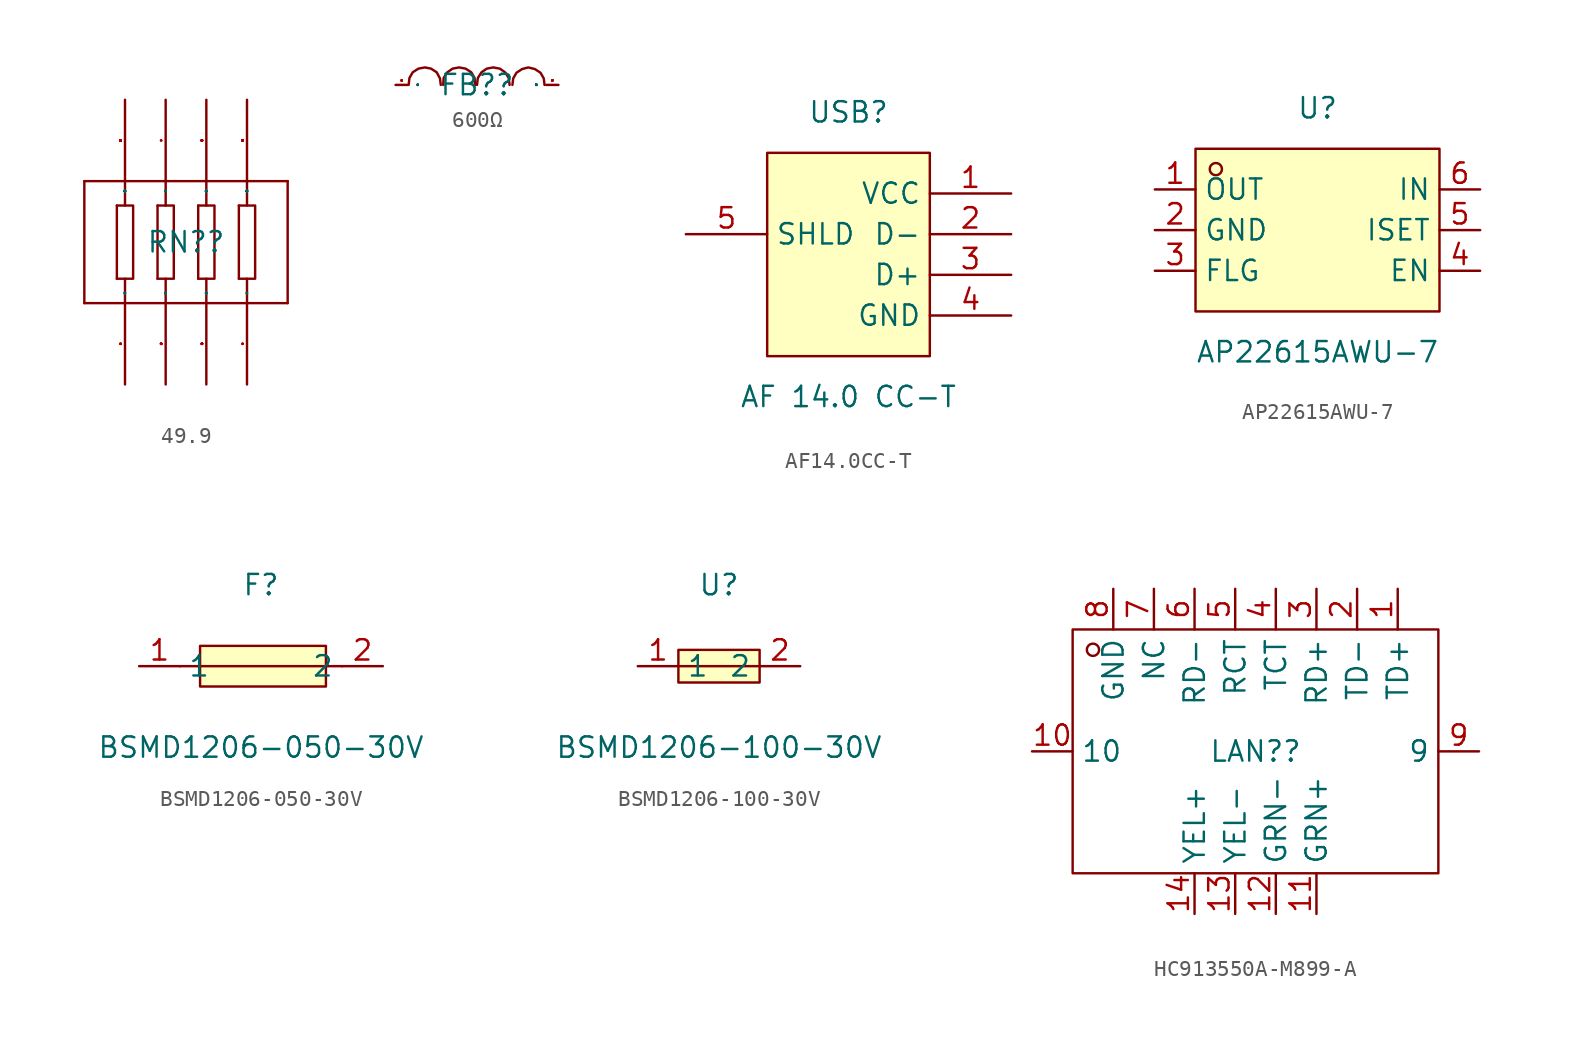
<source format=kicad_sym>
(kicad_symbol_lib
  (version 20231120)
  (generator "kicad_symbol_editor")
  (generator_version "8.0")
  (symbol "49.9"
    (property "Reference" "RN?"
      (at 0 0 0)
      (effects (font (size 1.27 1.27))))
    (property "Value" ""
      (at 0 0 0)
      (effects (font (size 1.27 1.27))))
    (symbol "49.9_1_0"
      (polyline (pts (xy -6.35 -3.81) (xy -6.35 3.81)) (stroke (width 0) (type default)) (fill (type none)))
      (polyline (pts (xy -6.35 -3.81) (xy 6.35 -3.81)) (stroke (width 0) (type default)) (fill (type none)))
      (polyline (pts (xy -6.35 3.81) (xy 6.35 3.81)) (stroke (width 0) (type default)) (fill (type none)))
      (polyline (pts (xy -4.318 -2.286) (xy -4.318 2.286)) (stroke (width 0) (type default)) (fill (type none)))
      (polyline (pts (xy -3.81 -3.81) (xy -3.81 -2.286)) (stroke (width 0) (type default)) (fill (type none)))
      (polyline (pts (xy -3.81 2.286) (xy -3.81 3.81)) (stroke (width 0) (type default)) (fill (type none)))
      (polyline (pts (xy -1.778 -2.286) (xy -1.778 2.286)) (stroke (width 0) (type default)) (fill (type none)))
      (polyline (pts (xy -1.27 -3.81) (xy -1.27 -2.286)) (stroke (width 0) (type default)) (fill (type none)))
      (polyline (pts (xy -1.27 2.286) (xy -1.27 3.81)) (stroke (width 0) (type default)) (fill (type none)))
      (polyline (pts (xy 0.762 -2.286) (xy 0.762 2.286)) (stroke (width 0) (type default)) (fill (type none)))
      (polyline (pts (xy 1.27 -3.81) (xy 1.27 -2.286)) (stroke (width 0) (type default)) (fill (type none)))
      (polyline (pts (xy 1.27 2.286) (xy 1.27 3.81)) (stroke (width 0) (type default)) (fill (type none)))
      (polyline (pts (xy 3.302 -2.286) (xy 3.302 2.286)) (stroke (width 0) (type default)) (fill (type none)))
      (polyline (pts (xy 3.81 -3.81) (xy 3.81 -2.286)) (stroke (width 0) (type default)) (fill (type none)))
      (polyline (pts (xy 3.81 2.286) (xy 3.81 3.81)) (stroke (width 0) (type default)) (fill (type none)))
      (polyline (pts (xy 6.35 -3.81) (xy 6.35 3.81)) (stroke (width 0) (type default)) (fill (type none)))
      (polyline (pts (xy -4.318 -2.286) (xy -3.302 -2.286) (xy -3.302 -2.286) (xy -3.302 2.286) (xy -3.302 2.286) (xy -4.318 2.286)) (stroke (width 0) (type default)) (fill (type none)))
      (polyline (pts (xy -1.778 -2.286) (xy -0.762 -2.286) (xy -0.762 -2.286) (xy -0.762 2.286) (xy -0.762 2.286) (xy -1.778 2.286)) (stroke (width 0) (type default)) (fill (type none)))
      (polyline (pts (xy 0.762 -2.286) (xy 1.778 -2.286) (xy 1.778 -2.286) (xy 1.778 2.286) (xy 1.778 2.286) (xy 0.762 2.286)) (stroke (width 0) (type default)) (fill (type none)))
      (polyline (pts (xy 3.302 -2.286) (xy 4.318 -2.286) (xy 4.318 -2.286) (xy 4.318 2.286) (xy 4.318 2.286) (xy 3.302 2.286)) (stroke (width 0) (type default)) (fill (type none)))
      (pin input line (at -3.81 -8.89 90) (length 5.08) (name "1" (effects (font (size 0.025 0.025)))) (number "1" (effects (font (size 0.025 0.025)))))
      (pin input line (at -1.27 -8.89 90) (length 5.08) (name "2" (effects (font (size 0.025 0.025)))) (number "2" (effects (font (size 0.025 0.025)))))
      (pin input line (at 1.27 -8.89 90) (length 5.08) (name "3" (effects (font (size 0.025 0.025)))) (number "3" (effects (font (size 0.025 0.025)))))
      (pin input line (at 3.81 -8.89 90) (length 5.08) (name "4" (effects (font (size 0.025 0.025)))) (number "4" (effects (font (size 0.025 0.025)))))
      (pin input line (at 3.81 8.89 270) (length 5.08) (name "5" (effects (font (size 0.025 0.025)))) (number "5" (effects (font (size 0.025 0.025)))))
      (pin input line (at 1.27 8.89 270) (length 5.08) (name "6" (effects (font (size 0.025 0.025)))) (number "6" (effects (font (size 0.025 0.025)))))
      (pin input line (at -1.27 8.89 270) (length 5.08) (name "7" (effects (font (size 0.025 0.025)))) (number "7" (effects (font (size 0.025 0.025)))))
      (pin input line (at -3.81 8.89 270) (length 5.08) (name "8" (effects (font (size 0.025 0.025)))) (number "8" (effects (font (size 0.025 0.025)))))))
  (symbol "600Ω"
    (property "Reference" "FB?"
      (at 0 0 0)
      (effects (font (size 1.27 1.27))))
    (property "Value" ""
      (at 0 0 0)
      (effects (font (size 1.27 1.27))))
    (symbol "600Ω_1_0"
      (polyline (pts (xy -4.267 0) (xy -4.216 0.432) (xy -4.216 0.432) (xy -4.013 0.787) (xy -4.013 0.787) (xy -3.658 1.016) (xy -3.658 1.016) (xy -3.251 1.092) (xy -3.251 1.092) (xy -2.87 1.016) (xy -2.87 1.016) (xy -2.515 0.787) (xy -2.515 0.787) (xy -2.311 0.406) (xy -2.311 0.406) (xy -2.261 0)) (stroke (width 0) (type default)) (fill (type none)))
      (polyline (pts (xy -2.108 0) (xy -2.083 0.432) (xy -2.083 0.432) (xy -1.854 0.787) (xy -1.854 0.787) (xy -1.524 1.016) (xy -1.524 1.016) (xy -1.118 1.092) (xy -1.118 1.092) (xy -0.711 1.016) (xy -0.711 1.016) (xy -0.356 0.787) (xy -0.356 0.787) (xy -0.152 0.432) (xy -0.152 0.432) (xy -0.102 0)) (stroke (width 0) (type default)) (fill (type none)))
      (polyline (pts (xy 0 0) (xy 0.051 0.432) (xy 0.051 0.432) (xy 0.279 0.787) (xy 0.279 0.787) (xy 0.61 1.016) (xy 0.61 1.016) (xy 1.016 1.092) (xy 1.016 1.092) (xy 1.422 1.016) (xy 1.422 1.016) (xy 1.753 0.787) (xy 1.753 0.787) (xy 1.981 0.432) (xy 1.981 0.432) (xy 2.032 0)) (stroke (width 0) (type default)) (fill (type none)))
      (polyline (pts (xy 2.21 0) (xy 2.261 0.406) (xy 2.261 0.406) (xy 2.464 0.762) (xy 2.464 0.762) (xy 2.819 0.991) (xy 2.819 0.991) (xy 3.2 1.092) (xy 3.2 1.092) (xy 3.607 0.991) (xy 3.607 0.991) (xy 3.962 0.762) (xy 3.962 0.762) (xy 4.166 0.406) (xy 4.166 0.406) (xy 4.216 0)) (stroke (width 0) (type default)) (fill (type none)))
      (pin unspecified line (at -5.08 0 0) (length 0.762) (name "1" (effects (font (size 0.025 0.025)))) (number "1" (effects (font (size 0.025 0.025)))))
      (pin unspecified line (at 5.08 0 180) (length 0.762) (name "2" (effects (font (size 0.025 0.025)))) (number "2" (effects (font (size 0.025 0.025)))))))
  (symbol "AF14.0CC-T"
    (property "Reference" "USB"
      (at 0 10.16 0)
      (effects (font (size 1.27 1.27))))
    (property "Value" "AF 14.0 CC-T"
      (at 0 -7.62 0)
      (effects (font (size 1.27 1.27))))
    (symbol "AF14.0CC-T_0_1"
      (rectangle (start -5.08 7.62) (end 5.08 -5.08) (stroke (width 0) (type default) (color 0 0 0 0)) (fill (type background)))
      (pin unspecified line (at -10.16 2.54 0) (length 5.08) (name "SHLD" (effects (font (size 1.27 1.27)))) (number "5" (effects (font (size 1.27 1.27)))))
      (pin input line (at 10.16 -2.54 180) (length 5.08) (name "GND" (effects (font (size 1.27 1.27)))) (number "4" (effects (font (size 1.27 1.27)))))
      (pin input line (at 10.16 -0.00 180) (length 5.08) (name "D+" (effects (font (size 1.27 1.27)))) (number "3" (effects (font (size 1.27 1.27)))))
      (pin input line (at 10.16 2.54 180) (length 5.08) (name "D-" (effects (font (size 1.27 1.27)))) (number "2" (effects (font (size 1.27 1.27)))))
      (pin input line (at 10.16 5.08 180) (length 5.08) (name "VCC" (effects (font (size 1.27 1.27)))) (number "1" (effects (font (size 1.27 1.27)))))))
  (symbol "AP22615AWU-7"
    (property "Reference" "U"
      (at 0 7.62 0)
      (effects (font (size 1.27 1.27))))
    (property "Value" "AP22615AWU-7"
      (at 0 -7.62 0)
      (effects (font (size 1.27 1.27))))
    (symbol "AP22615AWU-7_0_1"
      (rectangle (start -7.62 5.08) (end 7.62 -5.08) (stroke (width 0) (type default) (color 0 0 0 0)) (fill (type background)))
      (circle (center -6.35 3.81) (radius 0.38) (stroke (width 0) (type default) (color 0 0 0 0)) (fill (type none)))
      (pin unspecified line (at -10.16 2.54 0) (length 2.54) (name "OUT" (effects (font (size 1.27 1.27)))) (number "1" (effects (font (size 1.27 1.27)))))
      (pin unspecified line (at -10.16 -0.00 0) (length 2.54) (name "GND" (effects (font (size 1.27 1.27)))) (number "2" (effects (font (size 1.27 1.27)))))
      (pin unspecified line (at -10.16 -2.54 0) (length 2.54) (name "FLG" (effects (font (size 1.27 1.27)))) (number "3" (effects (font (size 1.27 1.27)))))
      (pin unspecified line (at 10.16 -2.54 180) (length 2.54) (name "EN" (effects (font (size 1.27 1.27)))) (number "4" (effects (font (size 1.27 1.27)))))
      (pin unspecified line (at 10.16 -0.00 180) (length 2.54) (name "ISET" (effects (font (size 1.27 1.27)))) (number "5" (effects (font (size 1.27 1.27)))))
      (pin unspecified line (at 10.16 2.54 180) (length 2.54) (name "IN" (effects (font (size 1.27 1.27)))) (number "6" (effects (font (size 1.27 1.27)))))))
  (symbol "BSMD1206-050-30V"
    (property "Reference" "F"
      (at 0 5.08 0)
      (effects (font (size 1.27 1.27))))
    (property "Value" "BSMD1206-050-30V"
      (at 0 -5.08 0)
      (effects (font (size 1.27 1.27))))
    (symbol "BSMD1206-050-30V_0_1"
      (rectangle (start -3.81 1.27) (end 4.06 -1.27) (stroke (width 0) (type default) (color 0 0 0 0)) (fill (type background)))
      (polyline (pts (xy -5.08 -0.00) (xy 5.08 -0.00)) (stroke (width 0) (type default) (color 0 0 0 0)) (fill (type none)))
      (pin unspecified line (at -7.62 -0.00 0) (length 2.54) (name "1" (effects (font (size 1.27 1.27)))) (number "1" (effects (font (size 1.27 1.27)))))
      (pin unspecified line (at 7.62 -0.00 180) (length 2.54) (name "2" (effects (font (size 1.27 1.27)))) (number "2" (effects (font (size 1.27 1.27)))))))
  (symbol "BSMD1206-100-30V"
    (property "Reference" "U"
      (at 0 5.08 0)
      (effects (font (size 1.27 1.27))))
    (property "Value" "BSMD1206-100-30V"
      (at 0 -5.08 0)
      (effects (font (size 1.27 1.27))))
    (symbol "BSMD1206-100-30V_0_1"
      (rectangle (start -2.54 1.02) (end 2.54 -1.02) (stroke (width 0) (type default) (color 0 0 0 0)) (fill (type background)))
      (polyline (pts (xy -2.54 -0.00) (xy 2.54 -0.00)) (stroke (width 0) (type default) (color 0 0 0 0)) (fill (type none)))
      (pin unspecified line (at -5.08 -0.00 0) (length 2.54) (name "1" (effects (font (size 1.27 1.27)))) (number "1" (effects (font (size 1.27 1.27)))))
      (pin unspecified line (at 5.08 -0.00 180) (length 2.54) (name "2" (effects (font (size 1.27 1.27)))) (number "2" (effects (font (size 1.27 1.27)))))))
  (symbol "HC913550A-M899-A"
    (property "Reference" "LAN?"
      (at 0 0 0)
      (effects (font (size 1.27 1.27))))
    (property "Value" ""
      (at 0 0 0)
      (effects (font (size 1.27 1.27))))
    (symbol "HC913550A-M899-A_1_0"
      (rectangle (start -11.43 -7.62) (end 11.43 7.62) (stroke (width 0) (type default)) (fill (type none)))
      (circle (center -10.16 6.35) (radius 0.381) (stroke (width 0) (type default)) (fill (type none)))
      (pin unspecified line (at 8.89 10.16 270) (length 2.54) (name "TD+" (effects (font (size 1.27 1.27)))) (number "1" (effects (font (size 1.27 1.27)))))
      (pin unspecified line (at -13.97 0 0) (length 2.54) (name "10" (effects (font (size 1.27 1.27)))) (number "10" (effects (font (size 1.27 1.27)))))
      (pin unspecified line (at 3.81 -10.16 90) (length 2.54) (name "GRN+" (effects (font (size 1.27 1.27)))) (number "11" (effects (font (size 1.27 1.27)))))
      (pin unspecified line (at 1.27 -10.16 90) (length 2.54) (name "GRN-" (effects (font (size 1.27 1.27)))) (number "12" (effects (font (size 1.27 1.27)))))
      (pin unspecified line (at -1.27 -10.16 90) (length 2.54) (name "YEL-" (effects (font (size 1.27 1.27)))) (number "13" (effects (font (size 1.27 1.27)))))
      (pin unspecified line (at -3.81 -10.16 90) (length 2.54) (name "YEL+" (effects (font (size 1.27 1.27)))) (number "14" (effects (font (size 1.27 1.27)))))
      (pin unspecified line (at 6.35 10.16 270) (length 2.54) (name "TD-" (effects (font (size 1.27 1.27)))) (number "2" (effects (font (size 1.27 1.27)))))
      (pin unspecified line (at 3.81 10.16 270) (length 2.54) (name "RD+" (effects (font (size 1.27 1.27)))) (number "3" (effects (font (size 1.27 1.27)))))
      (pin unspecified line (at 1.27 10.16 270) (length 2.54) (name "TCT" (effects (font (size 1.27 1.27)))) (number "4" (effects (font (size 1.27 1.27)))))
      (pin unspecified line (at -1.27 10.16 270) (length 2.54) (name "RCT" (effects (font (size 1.27 1.27)))) (number "5" (effects (font (size 1.27 1.27)))))
      (pin unspecified line (at -3.81 10.16 270) (length 2.54) (name "RD-" (effects (font (size 1.27 1.27)))) (number "6" (effects (font (size 1.27 1.27)))))
      (pin unspecified line (at -6.35 10.16 270) (length 2.54) (name "NC" (effects (font (size 1.27 1.27)))) (number "7" (effects (font (size 1.27 1.27)))))
      (pin unspecified line (at -8.89 10.16 270) (length 2.54) (name "GND" (effects (font (size 1.27 1.27)))) (number "8" (effects (font (size 1.27 1.27)))))
      (pin unspecified line (at 13.97 0 180) (length 2.54) (name "9" (effects (font (size 1.27 1.27)))) (number "9" (effects (font (size 1.27 1.27))))))))
</source>
